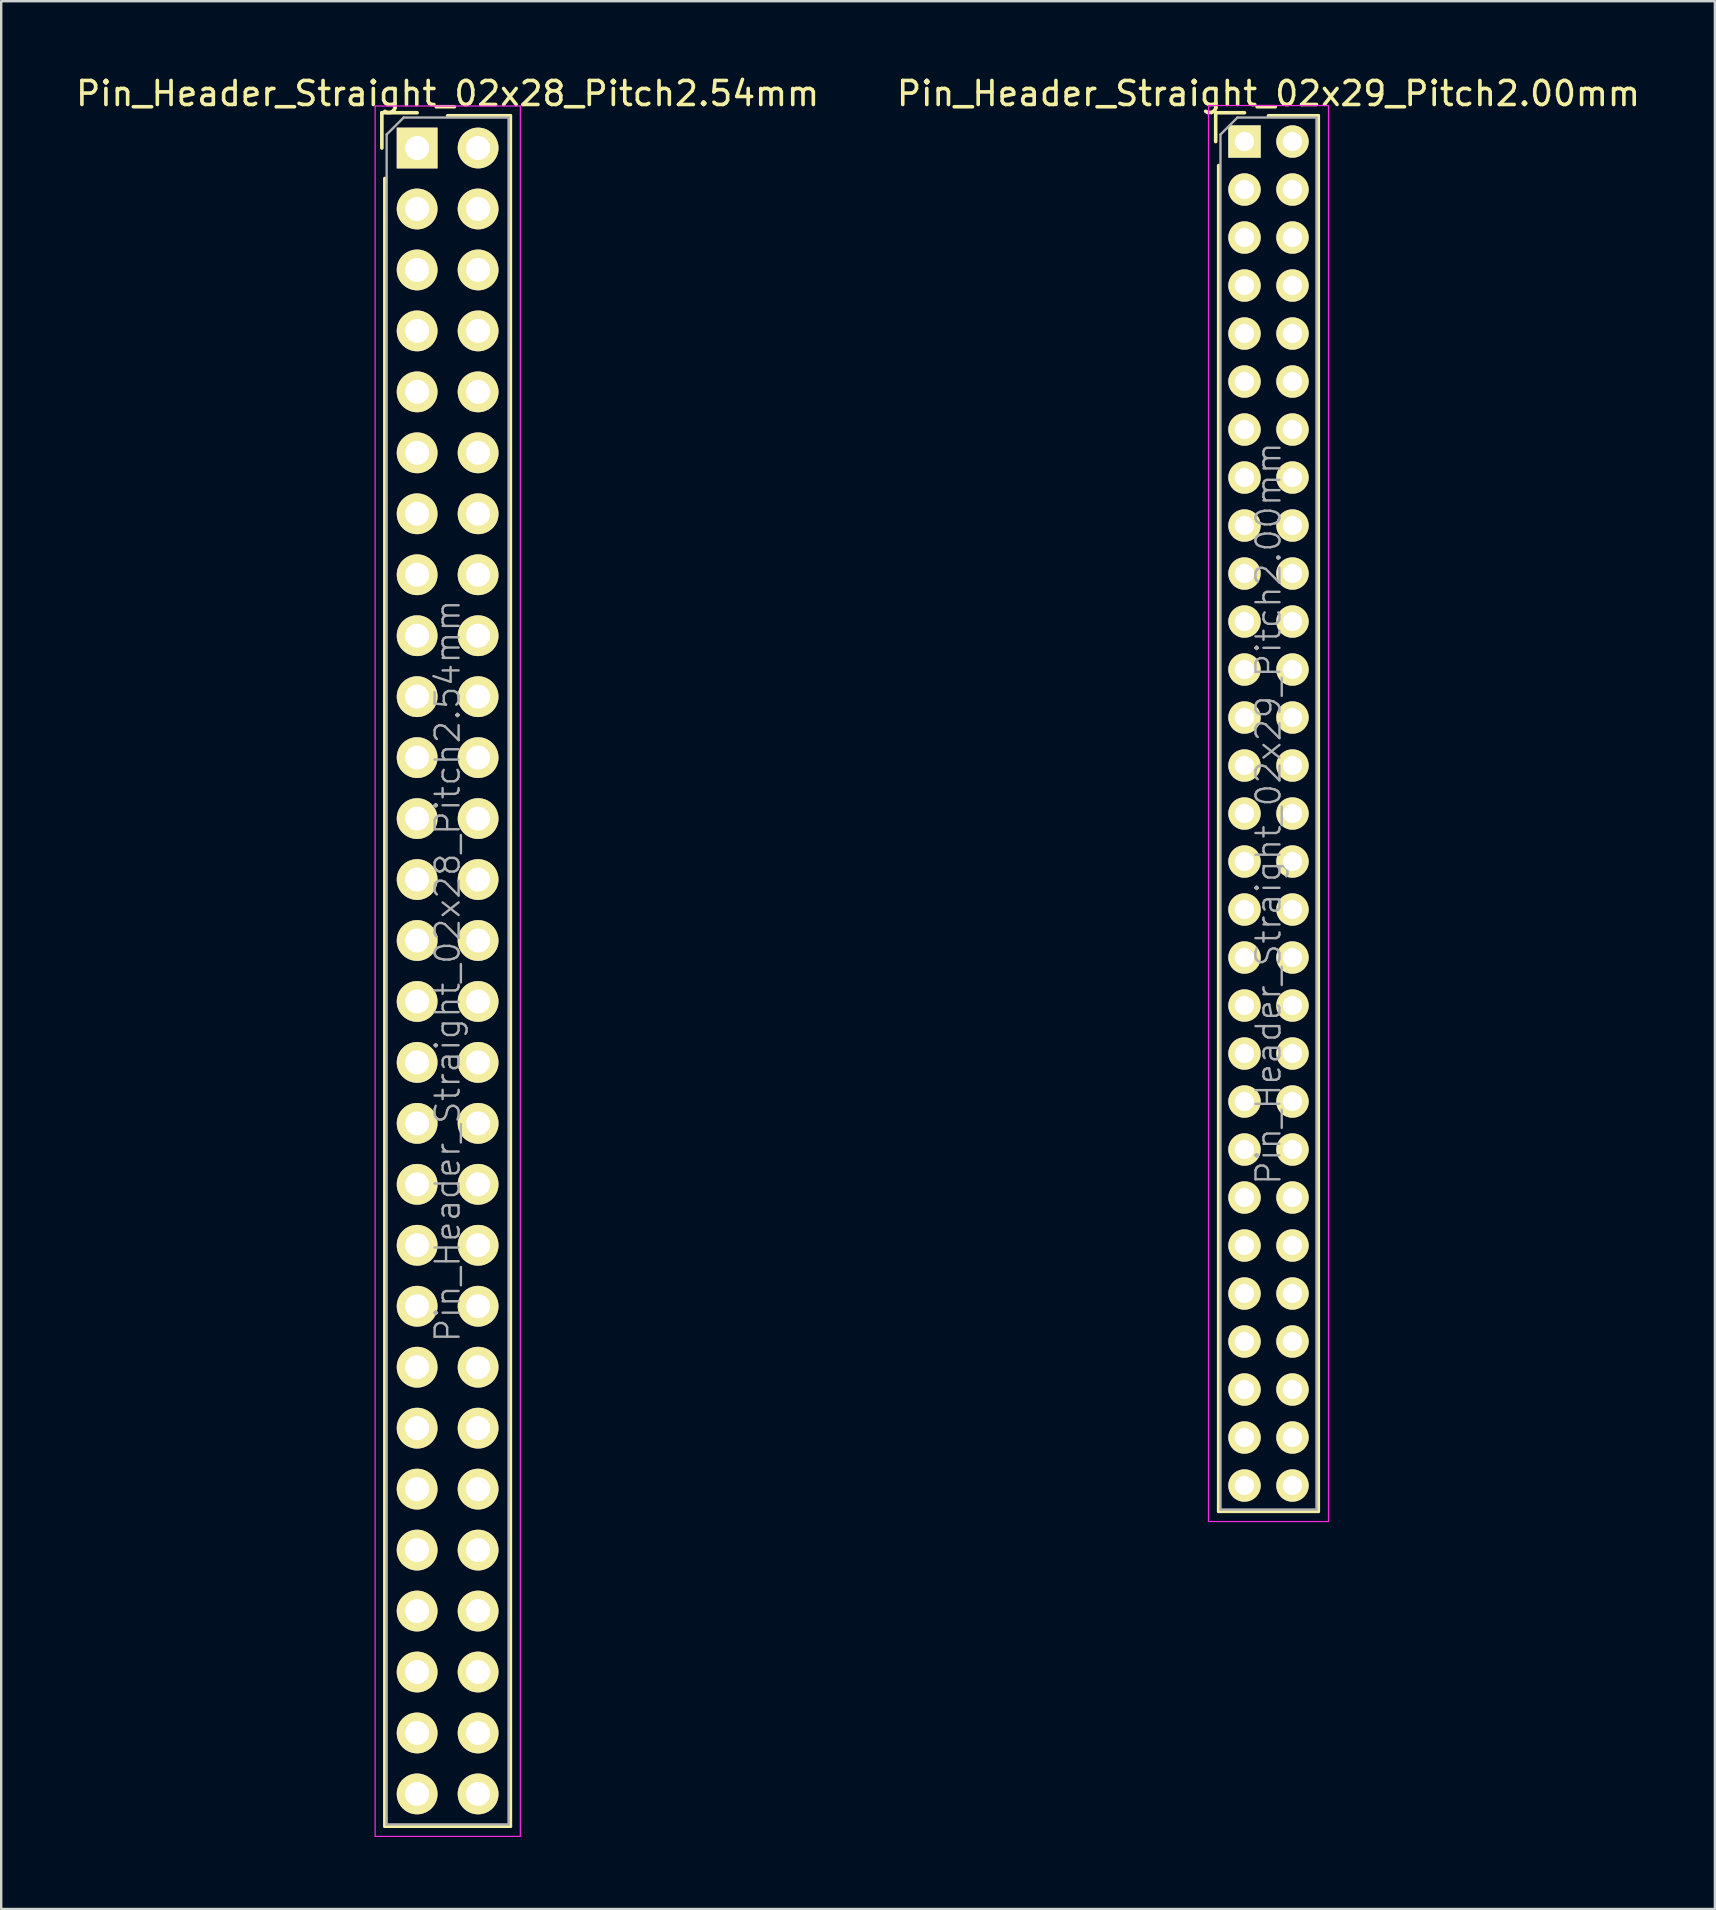
<source format=kicad_pcb>
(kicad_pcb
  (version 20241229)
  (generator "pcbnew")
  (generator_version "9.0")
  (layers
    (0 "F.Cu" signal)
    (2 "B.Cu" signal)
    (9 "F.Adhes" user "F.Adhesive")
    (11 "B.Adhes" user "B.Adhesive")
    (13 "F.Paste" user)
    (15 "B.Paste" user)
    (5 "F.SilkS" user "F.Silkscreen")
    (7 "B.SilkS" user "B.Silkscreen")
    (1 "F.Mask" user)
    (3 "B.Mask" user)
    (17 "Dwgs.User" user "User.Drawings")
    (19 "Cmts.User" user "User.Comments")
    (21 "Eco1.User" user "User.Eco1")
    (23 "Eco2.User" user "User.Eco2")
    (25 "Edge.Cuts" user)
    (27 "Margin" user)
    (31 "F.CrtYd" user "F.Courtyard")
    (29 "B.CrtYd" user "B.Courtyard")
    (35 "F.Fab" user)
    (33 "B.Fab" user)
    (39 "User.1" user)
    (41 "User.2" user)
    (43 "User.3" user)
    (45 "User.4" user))
  (footprint "Pin_Header_Straight_02x29_Pitch2.00mm"
    (layer "F.Cu")
    (at 48.804 2.848)
    (property "Reference" "Pin_Header_Straight_02x29_Pitch2.00mm" (at 1 -2 0) (layer "F.SilkS") (effects (font (size 1 1) (thickness 0.15))))
    (attr smd)
    (fp_line (start -1.2 -1.2) (end -1.2 0) (stroke (width 0.15) (type solid)) (layer "F.SilkS"))
    (fp_line (start -1.2 -1.2) (end 0 -1.2) (stroke (width 0.15) (type solid)) (layer "F.SilkS"))
    (fp_line (start -1.075 1) (end -1.075 57.075) (stroke (width 0.15) (type solid)) (layer "F.SilkS"))
    (fp_line (start -1.075 57.075) (end 3.075 57.075) (stroke (width 0.15) (type solid)) (layer "F.SilkS"))
    (fp_line (start 1 -1.075) (end 3.075 -1.075) (stroke (width 0.15) (type solid)) (layer "F.SilkS"))
    (fp_line (start 3.075 -1.075) (end 3.075 57.075) (stroke (width 0.15) (type solid)) (layer "F.SilkS"))
    (fp_line (start -1.5 -1.5) (end -1.5 57.5) (stroke (width 0.05) (type solid)) (layer "F.CrtYd"))
    (fp_line (start 3.5 -1.5) (end -1.5 -1.5) (stroke (width 0.05) (type solid)) (layer "F.CrtYd"))
    (fp_line (start 3.5 -1.5) (end 3.5 57.5) (stroke (width 0.05) (type solid)) (layer "F.CrtYd"))
    (fp_line (start 3.5 57.5) (end -1.5 57.5) (stroke (width 0.05) (type solid)) (layer "F.CrtYd"))
    (fp_line (start -1 -0.293) (end -0.293 -1) (stroke (width 0.1) (type solid)) (layer "F.Fab"))
    (fp_line (start -1 57) (end -1 -0.293) (stroke (width 0.1) (type solid)) (layer "F.Fab"))
    (fp_line (start 3 -1) (end -0.293 -1) (stroke (width 0.1) (type solid)) (layer "F.Fab"))
    (fp_line (start 3 57) (end -1 57) (stroke (width 0.1) (type solid)) (layer "F.Fab"))
    (fp_line (start 3 57) (end 3 -1) (stroke (width 0.1) (type solid)) (layer "F.Fab"))
    (fp_text user "${REFERENCE}" (at 1 28 90) (layer "F.Fab") (effects (font (size 1 1) (thickness 0.1))))
    (pad "1" thru_hole rect (at 0 0) (size 1.35 1.35) (drill 0.8) (layers "*.Cu" "*.Mask" "F.SilkS"))
    (pad "2" thru_hole oval (at 2 0) (size 1.35 1.35) (drill 0.8) (layers "*.Cu" "*.Mask" "F.SilkS"))
    (pad "3" thru_hole oval (at 0 2) (size 1.35 1.35) (drill 0.8) (layers "*.Cu" "*.Mask" "F.SilkS"))
    (pad "4" thru_hole oval (at 2 2) (size 1.35 1.35) (drill 0.8) (layers "*.Cu" "*.Mask" "F.SilkS"))
    (pad "5" thru_hole oval (at 0 4) (size 1.35 1.35) (drill 0.8) (layers "*.Cu" "*.Mask" "F.SilkS"))
    (pad "6" thru_hole oval (at 2 4) (size 1.35 1.35) (drill 0.8) (layers "*.Cu" "*.Mask" "F.SilkS"))
    (pad "7" thru_hole oval (at 0 6) (size 1.35 1.35) (drill 0.8) (layers "*.Cu" "*.Mask" "F.SilkS"))
    (pad "8" thru_hole oval (at 2 6) (size 1.35 1.35) (drill 0.8) (layers "*.Cu" "*.Mask" "F.SilkS"))
    (pad "9" thru_hole oval (at 0 8) (size 1.35 1.35) (drill 0.8) (layers "*.Cu" "*.Mask" "F.SilkS"))
    (pad "10" thru_hole oval (at 2 8) (size 1.35 1.35) (drill 0.8) (layers "*.Cu" "*.Mask" "F.SilkS"))
    (pad "11" thru_hole oval (at 0 10) (size 1.35 1.35) (drill 0.8) (layers "*.Cu" "*.Mask" "F.SilkS"))
    (pad "12" thru_hole oval (at 2 10) (size 1.35 1.35) (drill 0.8) (layers "*.Cu" "*.Mask" "F.SilkS"))
    (pad "13" thru_hole oval (at 0 12) (size 1.35 1.35) (drill 0.8) (layers "*.Cu" "*.Mask" "F.SilkS"))
    (pad "14" thru_hole oval (at 2 12) (size 1.35 1.35) (drill 0.8) (layers "*.Cu" "*.Mask" "F.SilkS"))
    (pad "15" thru_hole oval (at 0 14) (size 1.35 1.35) (drill 0.8) (layers "*.Cu" "*.Mask" "F.SilkS"))
    (pad "16" thru_hole oval (at 2 14) (size 1.35 1.35) (drill 0.8) (layers "*.Cu" "*.Mask" "F.SilkS"))
    (pad "17" thru_hole oval (at 0 16) (size 1.35 1.35) (drill 0.8) (layers "*.Cu" "*.Mask" "F.SilkS"))
    (pad "18" thru_hole oval (at 2 16) (size 1.35 1.35) (drill 0.8) (layers "*.Cu" "*.Mask" "F.SilkS"))
    (pad "19" thru_hole oval (at 0 18) (size 1.35 1.35) (drill 0.8) (layers "*.Cu" "*.Mask" "F.SilkS"))
    (pad "20" thru_hole oval (at 2 18) (size 1.35 1.35) (drill 0.8) (layers "*.Cu" "*.Mask" "F.SilkS"))
    (pad "21" thru_hole oval (at 0 20) (size 1.35 1.35) (drill 0.8) (layers "*.Cu" "*.Mask" "F.SilkS"))
    (pad "22" thru_hole oval (at 2 20) (size 1.35 1.35) (drill 0.8) (layers "*.Cu" "*.Mask" "F.SilkS"))
    (pad "23" thru_hole oval (at 0 22) (size 1.35 1.35) (drill 0.8) (layers "*.Cu" "*.Mask" "F.SilkS"))
    (pad "24" thru_hole oval (at 2 22) (size 1.35 1.35) (drill 0.8) (layers "*.Cu" "*.Mask" "F.SilkS"))
    (pad "25" thru_hole oval (at 0 24) (size 1.35 1.35) (drill 0.8) (layers "*.Cu" "*.Mask" "F.SilkS"))
    (pad "26" thru_hole oval (at 2 24) (size 1.35 1.35) (drill 0.8) (layers "*.Cu" "*.Mask" "F.SilkS"))
    (pad "27" thru_hole oval (at 0 26) (size 1.35 1.35) (drill 0.8) (layers "*.Cu" "*.Mask" "F.SilkS"))
    (pad "28" thru_hole oval (at 2 26) (size 1.35 1.35) (drill 0.8) (layers "*.Cu" "*.Mask" "F.SilkS"))
    (pad "29" thru_hole oval (at 0 28) (size 1.35 1.35) (drill 0.8) (layers "*.Cu" "*.Mask" "F.SilkS"))
    (pad "30" thru_hole oval (at 2 28) (size 1.35 1.35) (drill 0.8) (layers "*.Cu" "*.Mask" "F.SilkS"))
    (pad "31" thru_hole oval (at 0 30) (size 1.35 1.35) (drill 0.8) (layers "*.Cu" "*.Mask" "F.SilkS"))
    (pad "32" thru_hole oval (at 2 30) (size 1.35 1.35) (drill 0.8) (layers "*.Cu" "*.Mask" "F.SilkS"))
    (pad "33" thru_hole oval (at 0 32) (size 1.35 1.35) (drill 0.8) (layers "*.Cu" "*.Mask" "F.SilkS"))
    (pad "34" thru_hole oval (at 2 32) (size 1.35 1.35) (drill 0.8) (layers "*.Cu" "*.Mask" "F.SilkS"))
    (pad "35" thru_hole oval (at 0 34) (size 1.35 1.35) (drill 0.8) (layers "*.Cu" "*.Mask" "F.SilkS"))
    (pad "36" thru_hole oval (at 2 34) (size 1.35 1.35) (drill 0.8) (layers "*.Cu" "*.Mask" "F.SilkS"))
    (pad "37" thru_hole oval (at 0 36) (size 1.35 1.35) (drill 0.8) (layers "*.Cu" "*.Mask" "F.SilkS"))
    (pad "38" thru_hole oval (at 2 36) (size 1.35 1.35) (drill 0.8) (layers "*.Cu" "*.Mask" "F.SilkS"))
    (pad "39" thru_hole oval (at 0 38) (size 1.35 1.35) (drill 0.8) (layers "*.Cu" "*.Mask" "F.SilkS"))
    (pad "40" thru_hole oval (at 2 38) (size 1.35 1.35) (drill 0.8) (layers "*.Cu" "*.Mask" "F.SilkS"))
    (pad "41" thru_hole oval (at 0 40) (size 1.35 1.35) (drill 0.8) (layers "*.Cu" "*.Mask" "F.SilkS"))
    (pad "42" thru_hole oval (at 2 40) (size 1.35 1.35) (drill 0.8) (layers "*.Cu" "*.Mask" "F.SilkS"))
    (pad "43" thru_hole oval (at 0 42) (size 1.35 1.35) (drill 0.8) (layers "*.Cu" "*.Mask" "F.SilkS"))
    (pad "44" thru_hole oval (at 2 42) (size 1.35 1.35) (drill 0.8) (layers "*.Cu" "*.Mask" "F.SilkS"))
    (pad "45" thru_hole oval (at 0 44) (size 1.35 1.35) (drill 0.8) (layers "*.Cu" "*.Mask" "F.SilkS"))
    (pad "46" thru_hole oval (at 2 44) (size 1.35 1.35) (drill 0.8) (layers "*.Cu" "*.Mask" "F.SilkS"))
    (pad "47" thru_hole oval (at 0 46) (size 1.35 1.35) (drill 0.8) (layers "*.Cu" "*.Mask" "F.SilkS"))
    (pad "48" thru_hole oval (at 2 46) (size 1.35 1.35) (drill 0.8) (layers "*.Cu" "*.Mask" "F.SilkS"))
    (pad "49" thru_hole oval (at 0 48) (size 1.35 1.35) (drill 0.8) (layers "*.Cu" "*.Mask" "F.SilkS"))
    (pad "50" thru_hole oval (at 2 48) (size 1.35 1.35) (drill 0.8) (layers "*.Cu" "*.Mask" "F.SilkS"))
    (pad "51" thru_hole oval (at 0 50) (size 1.35 1.35) (drill 0.8) (layers "*.Cu" "*.Mask" "F.SilkS"))
    (pad "52" thru_hole oval (at 2 50) (size 1.35 1.35) (drill 0.8) (layers "*.Cu" "*.Mask" "F.SilkS"))
    (pad "53" thru_hole oval (at 0 52) (size 1.35 1.35) (drill 0.8) (layers "*.Cu" "*.Mask" "F.SilkS"))
    (pad "54" thru_hole oval (at 2 52) (size 1.35 1.35) (drill 0.8) (layers "*.Cu" "*.Mask" "F.SilkS"))
    (pad "55" thru_hole oval (at 0 54) (size 1.35 1.35) (drill 0.8) (layers "*.Cu" "*.Mask" "F.SilkS"))
    (pad "56" thru_hole oval (at 2 54) (size 1.35 1.35) (drill 0.8) (layers "*.Cu" "*.Mask" "F.SilkS"))
    (pad "57" thru_hole oval (at 0 56) (size 1.35 1.35) (drill 0.8) (layers "*.Cu" "*.Mask" "F.SilkS"))
    (pad "58" thru_hole oval (at 2 56) (size 1.35 1.35) (drill 0.8) (layers "*.Cu" "*.Mask" "F.SilkS")))
  (footprint "Pin_Header_Straight_02x28_Pitch2.54mm"
    (layer "F.Cu")
    (at 14.331 3.118)
    (property "Reference" "Pin_Header_Straight_02x28_Pitch2.54mm" (at 1.27 -2.27 0) (layer "F.SilkS") (effects (font (size 1 1) (thickness 0.15))))
    (attr smd)
    (fp_line (start -1.47 -1.47) (end -1.47 0) (stroke (width 0.15) (type solid)) (layer "F.SilkS"))
    (fp_line (start -1.47 -1.47) (end 0 -1.47) (stroke (width 0.15) (type solid)) (layer "F.SilkS"))
    (fp_line (start -1.345 1.27) (end -1.345 69.925) (stroke (width 0.15) (type solid)) (layer "F.SilkS"))
    (fp_line (start -1.345 69.925) (end 3.885 69.925) (stroke (width 0.15) (type solid)) (layer "F.SilkS"))
    (fp_line (start 1.27 -1.345) (end 3.885 -1.345) (stroke (width 0.15) (type solid)) (layer "F.SilkS"))
    (fp_line (start 3.885 -1.345) (end 3.885 69.925) (stroke (width 0.15) (type solid)) (layer "F.SilkS"))
    (fp_line (start -1.75 -1.75) (end -1.75 70.35) (stroke (width 0.05) (type solid)) (layer "F.CrtYd"))
    (fp_line (start 4.3 -1.75) (end -1.75 -1.75) (stroke (width 0.05) (type solid)) (layer "F.CrtYd"))
    (fp_line (start 4.3 -1.75) (end 4.3 70.35) (stroke (width 0.05) (type solid)) (layer "F.CrtYd"))
    (fp_line (start 4.3 70.35) (end -1.75 70.35) (stroke (width 0.05) (type solid)) (layer "F.CrtYd"))
    (fp_line (start -1.27 -0.563) (end -0.563 -1.27) (stroke (width 0.1) (type solid)) (layer "F.Fab"))
    (fp_line (start -1.27 69.85) (end -1.27 -0.563) (stroke (width 0.1) (type solid)) (layer "F.Fab"))
    (fp_line (start 3.81 -1.27) (end -0.563 -1.27) (stroke (width 0.1) (type solid)) (layer "F.Fab"))
    (fp_line (start 3.81 69.85) (end -1.27 69.85) (stroke (width 0.1) (type solid)) (layer "F.Fab"))
    (fp_line (start 3.81 69.85) (end 3.81 -1.27) (stroke (width 0.1) (type solid)) (layer "F.Fab"))
    (fp_text user "${REFERENCE}" (at 1.27 34.29 90) (layer "F.Fab") (effects (font (size 1 1) (thickness 0.1))))
    (pad "1" thru_hole rect (at 0 0) (size 1.7 1.7) (drill 1) (layers "*.Cu" "*.Mask" "F.SilkS"))
    (pad "2" thru_hole oval (at 2.54 0) (size 1.7 1.7) (drill 1) (layers "*.Cu" "*.Mask" "F.SilkS"))
    (pad "3" thru_hole oval (at 0 2.54) (size 1.7 1.7) (drill 1) (layers "*.Cu" "*.Mask" "F.SilkS"))
    (pad "4" thru_hole oval (at 2.54 2.54) (size 1.7 1.7) (drill 1) (layers "*.Cu" "*.Mask" "F.SilkS"))
    (pad "5" thru_hole oval (at 0 5.08) (size 1.7 1.7) (drill 1) (layers "*.Cu" "*.Mask" "F.SilkS"))
    (pad "6" thru_hole oval (at 2.54 5.08) (size 1.7 1.7) (drill 1) (layers "*.Cu" "*.Mask" "F.SilkS"))
    (pad "7" thru_hole oval (at 0 7.62) (size 1.7 1.7) (drill 1) (layers "*.Cu" "*.Mask" "F.SilkS"))
    (pad "8" thru_hole oval (at 2.54 7.62) (size 1.7 1.7) (drill 1) (layers "*.Cu" "*.Mask" "F.SilkS"))
    (pad "9" thru_hole oval (at 0 10.16) (size 1.7 1.7) (drill 1) (layers "*.Cu" "*.Mask" "F.SilkS"))
    (pad "10" thru_hole oval (at 2.54 10.16) (size 1.7 1.7) (drill 1) (layers "*.Cu" "*.Mask" "F.SilkS"))
    (pad "11" thru_hole oval (at 0 12.7) (size 1.7 1.7) (drill 1) (layers "*.Cu" "*.Mask" "F.SilkS"))
    (pad "12" thru_hole oval (at 2.54 12.7) (size 1.7 1.7) (drill 1) (layers "*.Cu" "*.Mask" "F.SilkS"))
    (pad "13" thru_hole oval (at 0 15.24) (size 1.7 1.7) (drill 1) (layers "*.Cu" "*.Mask" "F.SilkS"))
    (pad "14" thru_hole oval (at 2.54 15.24) (size 1.7 1.7) (drill 1) (layers "*.Cu" "*.Mask" "F.SilkS"))
    (pad "15" thru_hole oval (at 0 17.78) (size 1.7 1.7) (drill 1) (layers "*.Cu" "*.Mask" "F.SilkS"))
    (pad "16" thru_hole oval (at 2.54 17.78) (size 1.7 1.7) (drill 1) (layers "*.Cu" "*.Mask" "F.SilkS"))
    (pad "17" thru_hole oval (at 0 20.32) (size 1.7 1.7) (drill 1) (layers "*.Cu" "*.Mask" "F.SilkS"))
    (pad "18" thru_hole oval (at 2.54 20.32) (size 1.7 1.7) (drill 1) (layers "*.Cu" "*.Mask" "F.SilkS"))
    (pad "19" thru_hole oval (at 0 22.86) (size 1.7 1.7) (drill 1) (layers "*.Cu" "*.Mask" "F.SilkS"))
    (pad "20" thru_hole oval (at 2.54 22.86) (size 1.7 1.7) (drill 1) (layers "*.Cu" "*.Mask" "F.SilkS"))
    (pad "21" thru_hole oval (at 0 25.4) (size 1.7 1.7) (drill 1) (layers "*.Cu" "*.Mask" "F.SilkS"))
    (pad "22" thru_hole oval (at 2.54 25.4) (size 1.7 1.7) (drill 1) (layers "*.Cu" "*.Mask" "F.SilkS"))
    (pad "23" thru_hole oval (at 0 27.94) (size 1.7 1.7) (drill 1) (layers "*.Cu" "*.Mask" "F.SilkS"))
    (pad "24" thru_hole oval (at 2.54 27.94) (size 1.7 1.7) (drill 1) (layers "*.Cu" "*.Mask" "F.SilkS"))
    (pad "25" thru_hole oval (at 0 30.48) (size 1.7 1.7) (drill 1) (layers "*.Cu" "*.Mask" "F.SilkS"))
    (pad "26" thru_hole oval (at 2.54 30.48) (size 1.7 1.7) (drill 1) (layers "*.Cu" "*.Mask" "F.SilkS"))
    (pad "27" thru_hole oval (at 0 33.02) (size 1.7 1.7) (drill 1) (layers "*.Cu" "*.Mask" "F.SilkS"))
    (pad "28" thru_hole oval (at 2.54 33.02) (size 1.7 1.7) (drill 1) (layers "*.Cu" "*.Mask" "F.SilkS"))
    (pad "29" thru_hole oval (at 0 35.56) (size 1.7 1.7) (drill 1) (layers "*.Cu" "*.Mask" "F.SilkS"))
    (pad "30" thru_hole oval (at 2.54 35.56) (size 1.7 1.7) (drill 1) (layers "*.Cu" "*.Mask" "F.SilkS"))
    (pad "31" thru_hole oval (at 0 38.1) (size 1.7 1.7) (drill 1) (layers "*.Cu" "*.Mask" "F.SilkS"))
    (pad "32" thru_hole oval (at 2.54 38.1) (size 1.7 1.7) (drill 1) (layers "*.Cu" "*.Mask" "F.SilkS"))
    (pad "33" thru_hole oval (at 0 40.64) (size 1.7 1.7) (drill 1) (layers "*.Cu" "*.Mask" "F.SilkS"))
    (pad "34" thru_hole oval (at 2.54 40.64) (size 1.7 1.7) (drill 1) (layers "*.Cu" "*.Mask" "F.SilkS"))
    (pad "35" thru_hole oval (at 0 43.18) (size 1.7 1.7) (drill 1) (layers "*.Cu" "*.Mask" "F.SilkS"))
    (pad "36" thru_hole oval (at 2.54 43.18) (size 1.7 1.7) (drill 1) (layers "*.Cu" "*.Mask" "F.SilkS"))
    (pad "37" thru_hole oval (at 0 45.72) (size 1.7 1.7) (drill 1) (layers "*.Cu" "*.Mask" "F.SilkS"))
    (pad "38" thru_hole oval (at 2.54 45.72) (size 1.7 1.7) (drill 1) (layers "*.Cu" "*.Mask" "F.SilkS"))
    (pad "39" thru_hole oval (at 0 48.26) (size 1.7 1.7) (drill 1) (layers "*.Cu" "*.Mask" "F.SilkS"))
    (pad "40" thru_hole oval (at 2.54 48.26) (size 1.7 1.7) (drill 1) (layers "*.Cu" "*.Mask" "F.SilkS"))
    (pad "41" thru_hole oval (at 0 50.8) (size 1.7 1.7) (drill 1) (layers "*.Cu" "*.Mask" "F.SilkS"))
    (pad "42" thru_hole oval (at 2.54 50.8) (size 1.7 1.7) (drill 1) (layers "*.Cu" "*.Mask" "F.SilkS"))
    (pad "43" thru_hole oval (at 0 53.34) (size 1.7 1.7) (drill 1) (layers "*.Cu" "*.Mask" "F.SilkS"))
    (pad "44" thru_hole oval (at 2.54 53.34) (size 1.7 1.7) (drill 1) (layers "*.Cu" "*.Mask" "F.SilkS"))
    (pad "45" thru_hole oval (at 0 55.88) (size 1.7 1.7) (drill 1) (layers "*.Cu" "*.Mask" "F.SilkS"))
    (pad "46" thru_hole oval (at 2.54 55.88) (size 1.7 1.7) (drill 1) (layers "*.Cu" "*.Mask" "F.SilkS"))
    (pad "47" thru_hole oval (at 0 58.42) (size 1.7 1.7) (drill 1) (layers "*.Cu" "*.Mask" "F.SilkS"))
    (pad "48" thru_hole oval (at 2.54 58.42) (size 1.7 1.7) (drill 1) (layers "*.Cu" "*.Mask" "F.SilkS"))
    (pad "49" thru_hole oval (at 0 60.96) (size 1.7 1.7) (drill 1) (layers "*.Cu" "*.Mask" "F.SilkS"))
    (pad "50" thru_hole oval (at 2.54 60.96) (size 1.7 1.7) (drill 1) (layers "*.Cu" "*.Mask" "F.SilkS"))
    (pad "51" thru_hole oval (at 0 63.5) (size 1.7 1.7) (drill 1) (layers "*.Cu" "*.Mask" "F.SilkS"))
    (pad "52" thru_hole oval (at 2.54 63.5) (size 1.7 1.7) (drill 1) (layers "*.Cu" "*.Mask" "F.SilkS"))
    (pad "53" thru_hole oval (at 0 66.04) (size 1.7 1.7) (drill 1) (layers "*.Cu" "*.Mask" "F.SilkS"))
    (pad "54" thru_hole oval (at 2.54 66.04) (size 1.7 1.7) (drill 1) (layers "*.Cu" "*.Mask" "F.SilkS"))
    (pad "55" thru_hole oval (at 0 68.58) (size 1.7 1.7) (drill 1) (layers "*.Cu" "*.Mask" "F.SilkS"))
    (pad "56" thru_hole oval (at 2.54 68.58) (size 1.7 1.7) (drill 1) (layers "*.Cu" "*.Mask" "F.SilkS")))
  (gr_rect
    (start -3 -3)
    (end 68.405 76.493)
    (stroke (width 0.1) (type default))
    (fill no)
    (layer "Edge.Cuts")))
</source>
